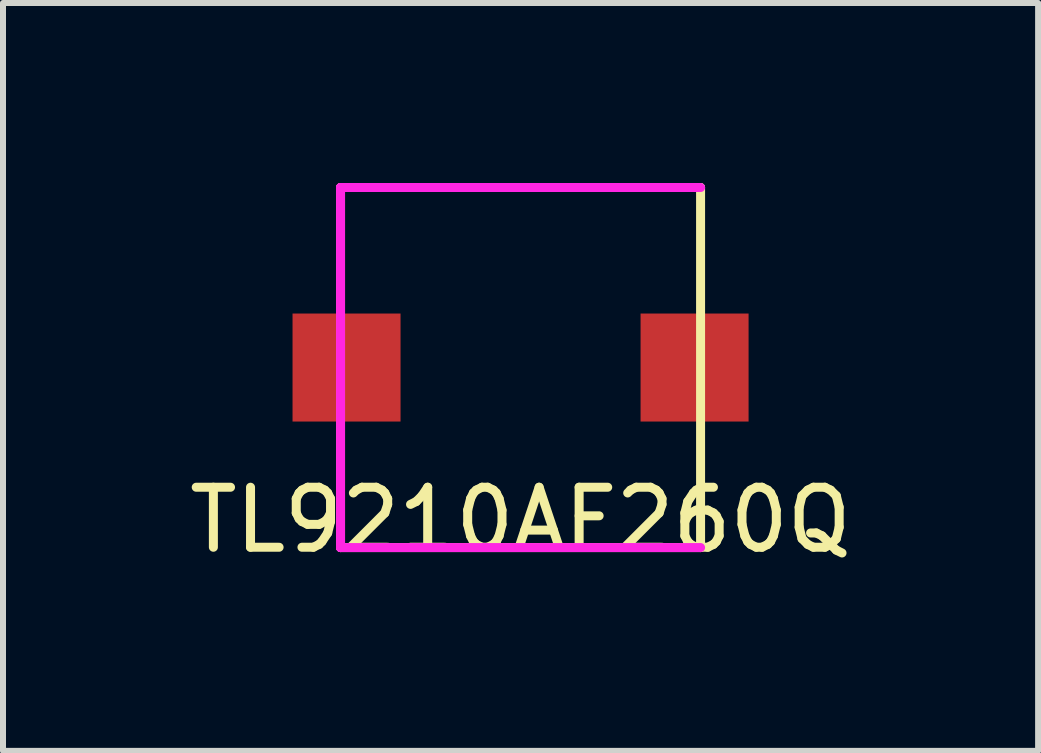
<source format=kicad_pcb>
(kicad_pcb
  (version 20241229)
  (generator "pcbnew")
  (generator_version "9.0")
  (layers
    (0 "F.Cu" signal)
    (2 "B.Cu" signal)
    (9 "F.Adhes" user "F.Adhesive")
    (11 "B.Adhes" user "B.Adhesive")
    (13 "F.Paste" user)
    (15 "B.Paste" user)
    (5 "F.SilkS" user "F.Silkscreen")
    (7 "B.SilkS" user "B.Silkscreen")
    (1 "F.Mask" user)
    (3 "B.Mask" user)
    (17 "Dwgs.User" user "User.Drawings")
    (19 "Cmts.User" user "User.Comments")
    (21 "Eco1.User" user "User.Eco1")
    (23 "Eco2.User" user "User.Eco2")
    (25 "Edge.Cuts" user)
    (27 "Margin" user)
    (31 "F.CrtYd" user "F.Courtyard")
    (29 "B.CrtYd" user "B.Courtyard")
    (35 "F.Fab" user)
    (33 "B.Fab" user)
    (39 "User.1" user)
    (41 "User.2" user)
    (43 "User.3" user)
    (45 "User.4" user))
  (footprint "TL9210AF260Q"
    (layer "F.Cu")
    (at 5.625 3.075)
    (property "Reference" "TL9210AF260Q" (at 0 2.54 0) (layer "F.SilkS") (effects (font (size 1 1) (thickness 0.15))))
    (attr through_hole)
    (fp_line (start -3 -3) (end 3 -3) (stroke (width 0.15) (type solid)) (layer "F.SilkS"))
    (fp_line (start -3 3) (end -3 -3) (stroke (width 0.15) (type solid)) (layer "F.SilkS"))
    (fp_line (start -3 3) (end 3 3) (stroke (width 0.15) (type solid)) (layer "F.SilkS"))
    (fp_line (start 3 -3) (end 3 3) (stroke (width 0.15) (type solid)) (layer "F.SilkS"))
    (fp_line (start -3 -3) (end 3 -3) (stroke (width 0.15) (type solid)) (layer "F.CrtYd"))
    (fp_line (start -3 3) (end -3 -3) (stroke (width 0.15) (type solid)) (layer "F.CrtYd"))
    (fp_line (start 3 3) (end -3 3) (stroke (width 0.15) (type solid)) (layer "F.CrtYd"))
    (pad "1" smd rect (at -2.9 0) (size 1.8 1.8) (layers "F.Cu" "F.Mask" "F.Paste"))
    (pad "2" smd rect (at 2.9 0) (size 1.8 1.8) (layers "F.Cu" "F.Mask" "F.Paste")))
  (gr_rect
    (start -3 -3)
    (end 14.25 9.463)
    (stroke (width 0.1) (type default))
    (fill no)
    (layer "Edge.Cuts")))
</source>
